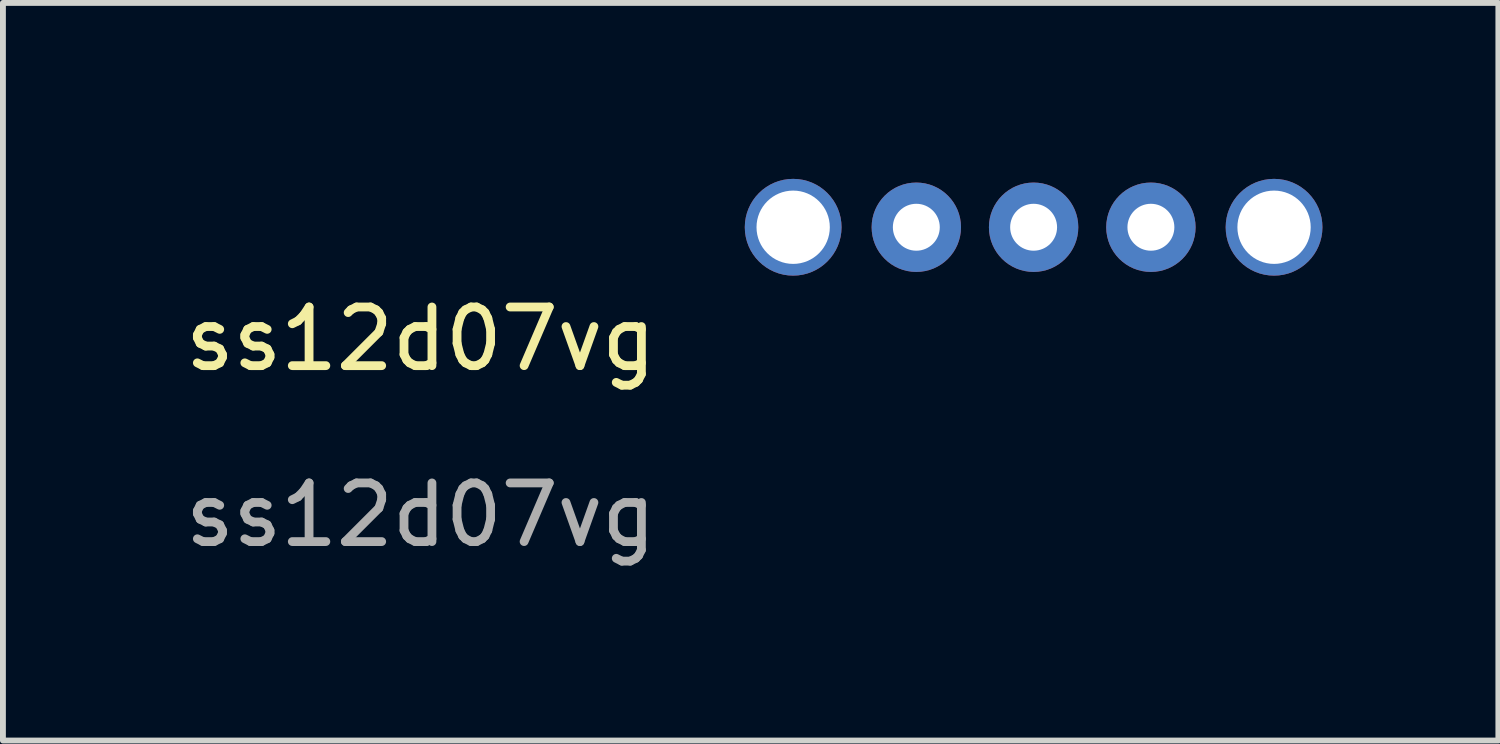
<source format=kicad_pcb>
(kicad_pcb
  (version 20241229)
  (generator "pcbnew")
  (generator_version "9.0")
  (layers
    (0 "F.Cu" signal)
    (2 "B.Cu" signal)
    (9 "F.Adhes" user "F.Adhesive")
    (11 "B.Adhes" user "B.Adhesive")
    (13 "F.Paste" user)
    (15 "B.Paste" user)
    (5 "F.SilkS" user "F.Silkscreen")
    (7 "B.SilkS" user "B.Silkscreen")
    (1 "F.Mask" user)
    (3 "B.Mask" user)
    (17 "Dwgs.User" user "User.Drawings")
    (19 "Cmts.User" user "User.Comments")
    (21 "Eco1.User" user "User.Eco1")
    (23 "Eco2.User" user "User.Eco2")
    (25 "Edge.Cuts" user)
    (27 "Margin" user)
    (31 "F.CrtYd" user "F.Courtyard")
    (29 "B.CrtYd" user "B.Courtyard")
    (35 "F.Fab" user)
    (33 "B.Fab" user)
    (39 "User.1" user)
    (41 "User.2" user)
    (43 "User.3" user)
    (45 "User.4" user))
  (footprint "ss12d07vg"
    (layer "F.Cu")
    (at 10.475 0.825)
    (property "Reference" "ss12d07vg" (at -6.35 1.905 0) (unlocked yes) (layer "F.SilkS") (effects (font (size 1 1) (thickness 0.15))))
    (attr through_hole)
    (fp_text user "${REFERENCE}" (at -6.35 4.905 0) (unlocked yes) (layer "F.Fab") (effects (font (size 1 1) (thickness 0.15))))
    (pad "1" thru_hole circle (at 0 0) (size 1.65 1.65) (drill 1.25) (layers "*.Cu" "*.Mask"))
    (pad "1" thru_hole circle (at 8.2 0) (size 1.65 1.65) (drill 1.25) (layers "*.Cu" "*.Mask"))
    (pad "2" thru_hole circle (at 2.1 0) (size 1.524 1.524) (drill 0.8) (layers "*.Cu" "*.Mask"))
    (pad "3" thru_hole circle (at 4.1 0) (size 1.524 1.524) (drill 0.8) (layers "*.Cu" "*.Mask"))
    (pad "4" thru_hole circle (at 6.1 0) (size 1.524 1.524) (drill 0.8) (layers "*.Cu" "*.Mask")))
  (gr_rect
    (start -3 -3)
    (end 22.5 9.578)
    (stroke (width 0.1) (type default))
    (fill no)
    (layer "Edge.Cuts")))
</source>
